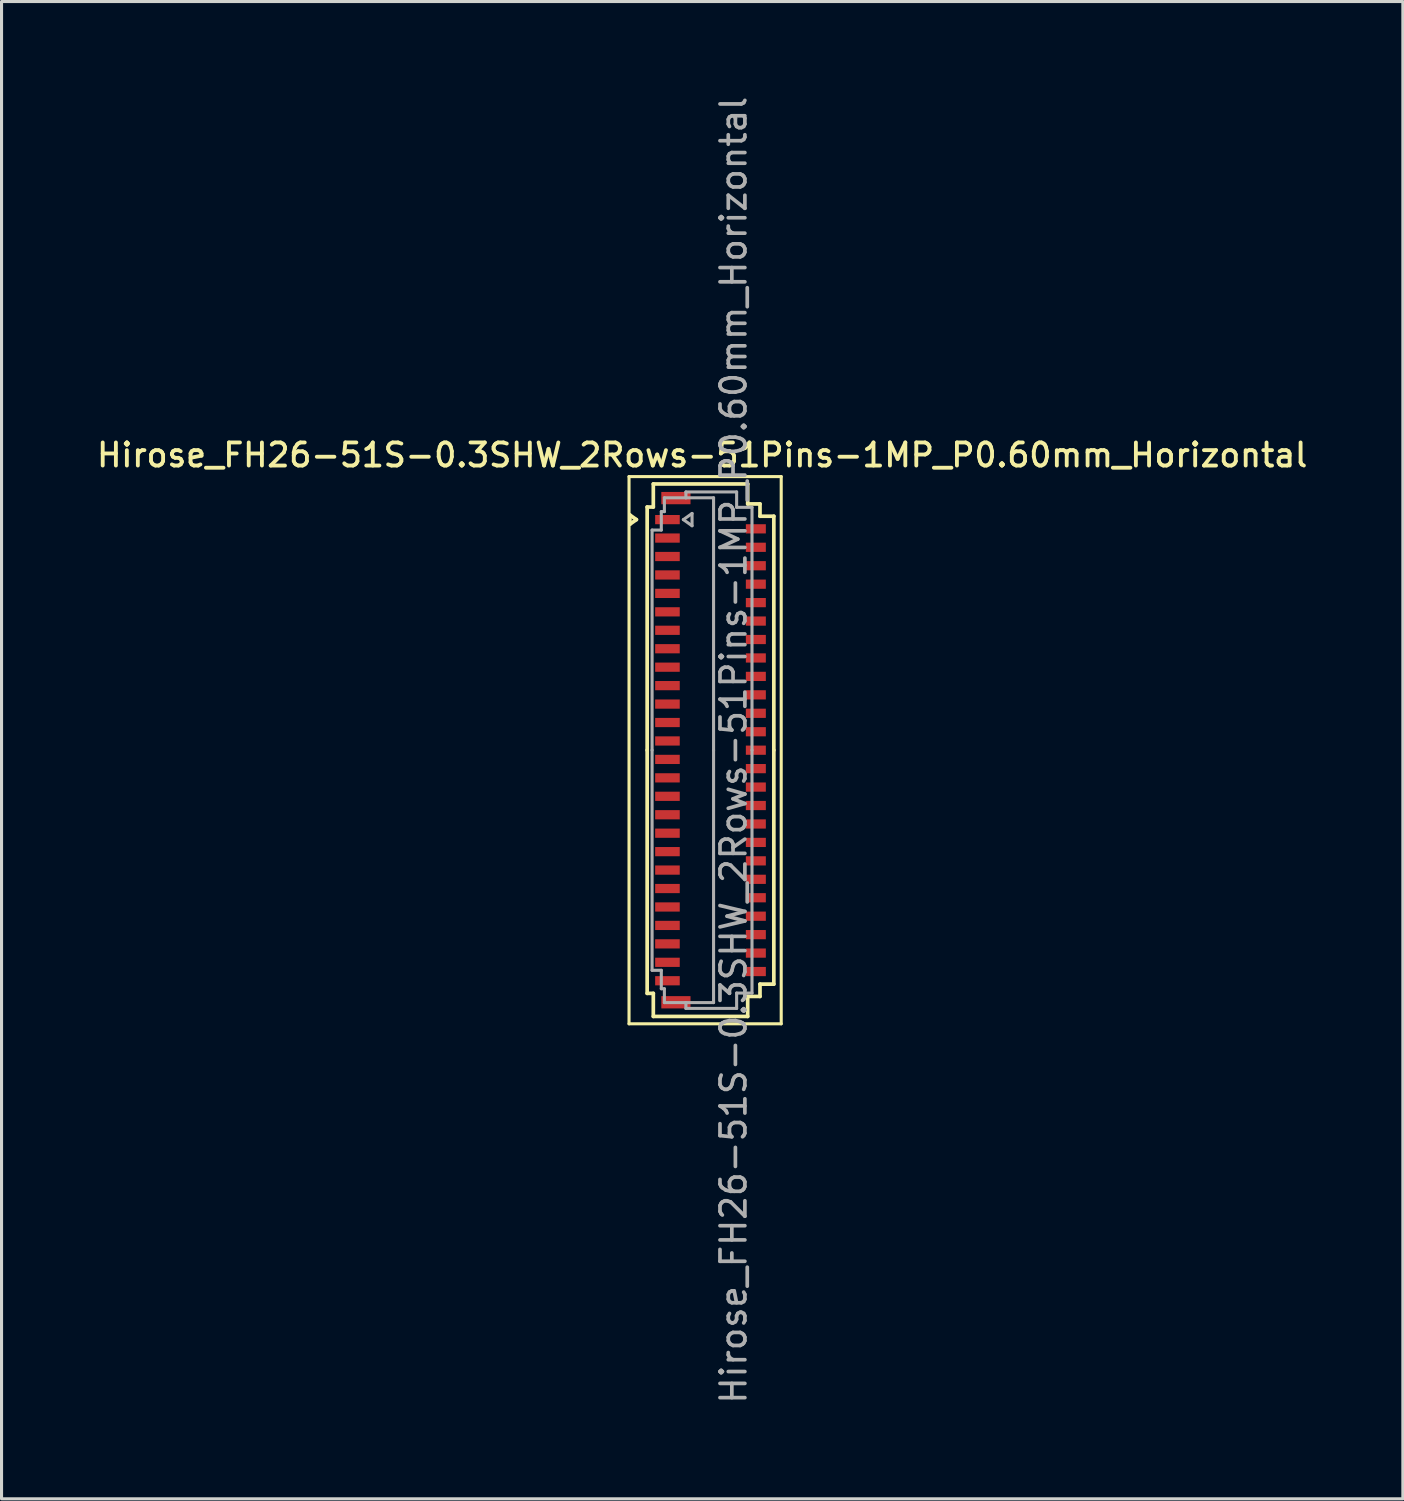
<source format=kicad_pcb>
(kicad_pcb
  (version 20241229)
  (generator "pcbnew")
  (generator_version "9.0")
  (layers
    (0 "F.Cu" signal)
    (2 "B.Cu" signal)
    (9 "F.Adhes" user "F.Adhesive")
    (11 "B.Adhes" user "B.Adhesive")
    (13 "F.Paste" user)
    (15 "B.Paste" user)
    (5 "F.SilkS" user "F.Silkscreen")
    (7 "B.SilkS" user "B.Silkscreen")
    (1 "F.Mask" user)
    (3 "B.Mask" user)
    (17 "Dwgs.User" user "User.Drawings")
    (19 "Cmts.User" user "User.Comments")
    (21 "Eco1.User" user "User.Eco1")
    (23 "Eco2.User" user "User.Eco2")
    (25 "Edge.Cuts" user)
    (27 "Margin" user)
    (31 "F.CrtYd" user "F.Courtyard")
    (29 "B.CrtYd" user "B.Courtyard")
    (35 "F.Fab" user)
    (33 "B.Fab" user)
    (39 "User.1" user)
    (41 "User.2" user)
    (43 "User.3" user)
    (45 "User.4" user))
  (footprint "Hirose_FH26-51S-0.3SHW_2Rows-51Pins-1MP_P0.60mm_Horizontal"
    (layer "F.Cu")
    (at 20.061 21.352)
    (property "Reference" "Hirose_FH26-51S-0.3SHW_2Rows-51Pins-1MP_P0.60mm_Horizontal" (at -0.27 -9.6 0) (layer "F.SilkS") (effects (font (size 0.75 0.75) (thickness 0.125))))
    (attr smd)
    (fp_line (start -2.65 -8.9) (end -2.65 8.9) (stroke (width 0.1) (type solid)) (layer "F.SilkS"))
    (fp_line (start -2.65 8.9) (end 2.3 8.9) (stroke (width 0.1) (type solid)) (layer "F.SilkS"))
    (fp_line (start -2.622 -7.65) (end -2.41 -7.5) (stroke (width 0.12) (type solid)) (layer "F.SilkS"))
    (fp_line (start -2.622 -7.35) (end -2.622 -7.65) (stroke (width 0.12) (type solid)) (layer "F.SilkS"))
    (fp_line (start -2.41 -7.5) (end -2.622 -7.35) (stroke (width 0.12) (type solid)) (layer "F.SilkS"))
    (fp_line (start -2.06 -7.91) (end -2.06 0) (stroke (width 0.12) (type solid)) (layer "F.SilkS"))
    (fp_line (start -2.06 7.91) (end -2.06 0) (stroke (width 0.12) (type solid)) (layer "F.SilkS"))
    (fp_line (start -1.86 -8.66) (end -1.86 -7.91) (stroke (width 0.12) (type solid)) (layer "F.SilkS"))
    (fp_line (start -1.86 -7.91) (end -2.06 -7.91) (stroke (width 0.12) (type solid)) (layer "F.SilkS"))
    (fp_line (start -1.86 7.91) (end -2.06 7.91) (stroke (width 0.12) (type solid)) (layer "F.SilkS"))
    (fp_line (start -1.86 8.66) (end -1.86 7.91) (stroke (width 0.12) (type solid)) (layer "F.SilkS"))
    (fp_line (start 1.21 -8.66) (end -1.86 -8.66) (stroke (width 0.12) (type solid)) (layer "F.SilkS"))
    (fp_line (start 1.21 -8.01) (end 1.21 -8.66) (stroke (width 0.12) (type solid)) (layer "F.SilkS"))
    (fp_line (start 1.21 8.01) (end 1.21 8.66) (stroke (width 0.12) (type solid)) (layer "F.SilkS"))
    (fp_line (start 1.21 8.66) (end -1.86 8.66) (stroke (width 0.12) (type solid)) (layer "F.SilkS"))
    (fp_line (start 1.61 -8.01) (end 1.21 -8.01) (stroke (width 0.12) (type solid)) (layer "F.SilkS"))
    (fp_line (start 1.61 -7.61) (end 1.61 -8.01) (stroke (width 0.12) (type solid)) (layer "F.SilkS"))
    (fp_line (start 1.61 7.61) (end 1.61 8.01) (stroke (width 0.12) (type solid)) (layer "F.SilkS"))
    (fp_line (start 1.61 8.01) (end 1.21 8.01) (stroke (width 0.12) (type solid)) (layer "F.SilkS"))
    (fp_line (start 2.06 -7.61) (end 1.61 -7.61) (stroke (width 0.12) (type solid)) (layer "F.SilkS"))
    (fp_line (start 2.06 0) (end 2.06 -7.61) (stroke (width 0.12) (type solid)) (layer "F.SilkS"))
    (fp_line (start 2.06 0) (end 2.06 7.61) (stroke (width 0.12) (type solid)) (layer "F.SilkS"))
    (fp_line (start 2.06 7.61) (end 1.61 7.61) (stroke (width 0.12) (type solid)) (layer "F.SilkS"))
    (fp_line (start 2.3 -8.9) (end -2.65 -8.9) (stroke (width 0.1) (type solid)) (layer "F.SilkS"))
    (fp_line (start 2.3 8.9) (end 2.3 -8.9) (stroke (width 0.1) (type solid)) (layer "F.SilkS"))
    (fp_line (start -1.9 -7.16) (end -1.6 -7.16) (stroke (width 0.1) (type solid)) (layer "F.Fab"))
    (fp_line (start -1.9 0) (end -1.9 -7.16) (stroke (width 0.1) (type solid)) (layer "F.Fab"))
    (fp_line (start -1.9 0) (end -1.9 7.16) (stroke (width 0.1) (type solid)) (layer "F.Fab"))
    (fp_line (start -1.9 7.16) (end -1.6 7.16) (stroke (width 0.1) (type solid)) (layer "F.Fab"))
    (fp_line (start -1.6 -7.76) (end -1.5 -7.76) (stroke (width 0.1) (type solid)) (layer "F.Fab"))
    (fp_line (start -1.6 -7.16) (end -1.6 -7.76) (stroke (width 0.1) (type solid)) (layer "F.Fab"))
    (fp_line (start -1.6 7.16) (end -1.6 7.76) (stroke (width 0.1) (type solid)) (layer "F.Fab"))
    (fp_line (start -1.6 7.76) (end -1.5 7.76) (stroke (width 0.1) (type solid)) (layer "F.Fab"))
    (fp_line (start -1.5 -8.21) (end -0.8 -8.21) (stroke (width 0.1) (type solid)) (layer "F.Fab"))
    (fp_line (start -1.5 -7.76) (end -1.5 -8.21) (stroke (width 0.1) (type solid)) (layer "F.Fab"))
    (fp_line (start -1.5 7.76) (end -1.5 8.21) (stroke (width 0.1) (type solid)) (layer "F.Fab"))
    (fp_line (start -1.5 8.21) (end -0.8 8.21) (stroke (width 0.1) (type solid)) (layer "F.Fab"))
    (fp_line (start -0.883 -7.5) (end -0.6 -7.3) (stroke (width 0.1) (type solid)) (layer "F.Fab"))
    (fp_line (start -0.8 -8.4) (end 0.85 -8.4) (stroke (width 0.1) (type solid)) (layer "F.Fab"))
    (fp_line (start -0.8 -8.21) (end -0.8 -8.4) (stroke (width 0.1) (type solid)) (layer "F.Fab"))
    (fp_line (start -0.8 8.21) (end -0.8 8.4) (stroke (width 0.1) (type solid)) (layer "F.Fab"))
    (fp_line (start -0.8 8.4) (end 0.85 8.4) (stroke (width 0.1) (type solid)) (layer "F.Fab"))
    (fp_line (start -0.6 -7.7) (end -0.883 -7.5) (stroke (width 0.1) (type solid)) (layer "F.Fab"))
    (fp_line (start -0.6 -7.3) (end -0.6 -7.7) (stroke (width 0.1) (type solid)) (layer "F.Fab"))
    (fp_line (start 0.1 -8.21) (end -0.8 -8.21) (stroke (width 0.1) (type solid)) (layer "F.Fab"))
    (fp_line (start 0.1 0) (end 0.1 -8.21) (stroke (width 0.1) (type solid)) (layer "F.Fab"))
    (fp_line (start 0.1 0) (end 0.1 8.21) (stroke (width 0.1) (type solid)) (layer "F.Fab"))
    (fp_line (start 0.1 8.21) (end -0.8 8.21) (stroke (width 0.1) (type solid)) (layer "F.Fab"))
    (fp_line (start 0.85 -8.4) (end 0.85 -7.9) (stroke (width 0.1) (type solid)) (layer "F.Fab"))
    (fp_line (start 0.85 -7.9) (end 1.35 -7.9) (stroke (width 0.1) (type solid)) (layer "F.Fab"))
    (fp_line (start 0.85 7.9) (end 1.35 7.9) (stroke (width 0.1) (type solid)) (layer "F.Fab"))
    (fp_line (start 0.85 8.4) (end 0.85 7.9) (stroke (width 0.1) (type solid)) (layer "F.Fab"))
    (fp_line (start 1.35 -7.9) (end 1.35 0) (stroke (width 0.1) (type solid)) (layer "F.Fab"))
    (fp_line (start 1.35 7.9) (end 1.35 0) (stroke (width 0.1) (type solid)) (layer "F.Fab"))
    (fp_text user "${REFERENCE}" (at 0.75 0 90) (layer "F.Fab") (effects (font (size 0.81 0.81) (thickness 0.12))))
    (pad "1" smd rect (at -1.4 -7.5) (size 0.8 0.3) (layers "F.Cu" "F.Mask" "F.Paste"))
    (pad "2" smd rect (at 1.475 -7.2) (size 0.65 0.3) (layers "F.Cu" "F.Mask" "F.Paste"))
    (pad "3" smd rect (at -1.4 -6.9) (size 0.8 0.3) (layers "F.Cu" "F.Mask" "F.Paste"))
    (pad "4" smd rect (at 1.475 -6.6) (size 0.65 0.3) (layers "F.Cu" "F.Mask" "F.Paste"))
    (pad "5" smd rect (at -1.4 -6.3) (size 0.8 0.3) (layers "F.Cu" "F.Mask" "F.Paste"))
    (pad "6" smd rect (at 1.475 -6) (size 0.65 0.3) (layers "F.Cu" "F.Mask" "F.Paste"))
    (pad "7" smd rect (at -1.4 -5.7) (size 0.8 0.3) (layers "F.Cu" "F.Mask" "F.Paste"))
    (pad "8" smd rect (at 1.475 -5.4) (size 0.65 0.3) (layers "F.Cu" "F.Mask" "F.Paste"))
    (pad "9" smd rect (at -1.4 -5.1) (size 0.8 0.3) (layers "F.Cu" "F.Mask" "F.Paste"))
    (pad "10" smd rect (at 1.475 -4.8) (size 0.65 0.3) (layers "F.Cu" "F.Mask" "F.Paste"))
    (pad "11" smd rect (at -1.4 -4.5) (size 0.8 0.3) (layers "F.Cu" "F.Mask" "F.Paste"))
    (pad "12" smd rect (at 1.475 -4.2) (size 0.65 0.3) (layers "F.Cu" "F.Mask" "F.Paste"))
    (pad "13" smd rect (at -1.4 -3.9) (size 0.8 0.3) (layers "F.Cu" "F.Mask" "F.Paste"))
    (pad "14" smd rect (at 1.475 -3.6) (size 0.65 0.3) (layers "F.Cu" "F.Mask" "F.Paste"))
    (pad "15" smd rect (at -1.4 -3.3) (size 0.8 0.3) (layers "F.Cu" "F.Mask" "F.Paste"))
    (pad "16" smd rect (at 1.475 -3) (size 0.65 0.3) (layers "F.Cu" "F.Mask" "F.Paste"))
    (pad "17" smd rect (at -1.4 -2.7) (size 0.8 0.3) (layers "F.Cu" "F.Mask" "F.Paste"))
    (pad "18" smd rect (at 1.475 -2.4) (size 0.65 0.3) (layers "F.Cu" "F.Mask" "F.Paste"))
    (pad "19" smd rect (at -1.4 -2.1) (size 0.8 0.3) (layers "F.Cu" "F.Mask" "F.Paste"))
    (pad "20" smd rect (at 1.475 -1.8) (size 0.65 0.3) (layers "F.Cu" "F.Mask" "F.Paste"))
    (pad "21" smd rect (at -1.4 -1.5) (size 0.8 0.3) (layers "F.Cu" "F.Mask" "F.Paste"))
    (pad "22" smd rect (at 1.475 -1.2) (size 0.65 0.3) (layers "F.Cu" "F.Mask" "F.Paste"))
    (pad "23" smd rect (at -1.4 -0.9) (size 0.8 0.3) (layers "F.Cu" "F.Mask" "F.Paste"))
    (pad "24" smd rect (at 1.475 -0.6) (size 0.65 0.3) (layers "F.Cu" "F.Mask" "F.Paste"))
    (pad "25" smd rect (at -1.4 -0.3) (size 0.8 0.3) (layers "F.Cu" "F.Mask" "F.Paste"))
    (pad "26" smd rect (at 1.475 0) (size 0.65 0.3) (layers "F.Cu" "F.Mask" "F.Paste"))
    (pad "27" smd rect (at -1.4 0.3) (size 0.8 0.3) (layers "F.Cu" "F.Mask" "F.Paste"))
    (pad "28" smd rect (at 1.475 0.6) (size 0.65 0.3) (layers "F.Cu" "F.Mask" "F.Paste"))
    (pad "29" smd rect (at -1.4 0.9) (size 0.8 0.3) (layers "F.Cu" "F.Mask" "F.Paste"))
    (pad "30" smd rect (at 1.475 1.2) (size 0.65 0.3) (layers "F.Cu" "F.Mask" "F.Paste"))
    (pad "31" smd rect (at -1.4 1.5) (size 0.8 0.3) (layers "F.Cu" "F.Mask" "F.Paste"))
    (pad "32" smd rect (at 1.475 1.8) (size 0.65 0.3) (layers "F.Cu" "F.Mask" "F.Paste"))
    (pad "33" smd rect (at -1.4 2.1) (size 0.8 0.3) (layers "F.Cu" "F.Mask" "F.Paste"))
    (pad "34" smd rect (at 1.475 2.4) (size 0.65 0.3) (layers "F.Cu" "F.Mask" "F.Paste"))
    (pad "35" smd rect (at -1.4 2.7) (size 0.8 0.3) (layers "F.Cu" "F.Mask" "F.Paste"))
    (pad "36" smd rect (at 1.475 3) (size 0.65 0.3) (layers "F.Cu" "F.Mask" "F.Paste"))
    (pad "37" smd rect (at -1.4 3.3) (size 0.8 0.3) (layers "F.Cu" "F.Mask" "F.Paste"))
    (pad "38" smd rect (at 1.475 3.6) (size 0.65 0.3) (layers "F.Cu" "F.Mask" "F.Paste"))
    (pad "39" smd rect (at -1.4 3.9) (size 0.8 0.3) (layers "F.Cu" "F.Mask" "F.Paste"))
    (pad "40" smd rect (at 1.475 4.2) (size 0.65 0.3) (layers "F.Cu" "F.Mask" "F.Paste"))
    (pad "41" smd rect (at -1.4 4.5) (size 0.8 0.3) (layers "F.Cu" "F.Mask" "F.Paste"))
    (pad "42" smd rect (at 1.475 4.8) (size 0.65 0.3) (layers "F.Cu" "F.Mask" "F.Paste"))
    (pad "43" smd rect (at -1.4 5.1) (size 0.8 0.3) (layers "F.Cu" "F.Mask" "F.Paste"))
    (pad "44" smd rect (at 1.475 5.4) (size 0.65 0.3) (layers "F.Cu" "F.Mask" "F.Paste"))
    (pad "45" smd rect (at -1.4 5.7) (size 0.8 0.3) (layers "F.Cu" "F.Mask" "F.Paste"))
    (pad "46" smd rect (at 1.475 6) (size 0.65 0.3) (layers "F.Cu" "F.Mask" "F.Paste"))
    (pad "47" smd rect (at -1.4 6.3) (size 0.8 0.3) (layers "F.Cu" "F.Mask" "F.Paste"))
    (pad "48" smd rect (at 1.475 6.6) (size 0.65 0.3) (layers "F.Cu" "F.Mask" "F.Paste"))
    (pad "49" smd rect (at -1.4 6.9) (size 0.8 0.3) (layers "F.Cu" "F.Mask" "F.Paste"))
    (pad "50" smd rect (at 1.475 7.2) (size 0.65 0.3) (layers "F.Cu" "F.Mask" "F.Paste"))
    (pad "51" smd rect (at -1.4 7.5) (size 0.8 0.3) (layers "F.Cu" "F.Mask" "F.Paste"))
    (pad "MP" smd rect (at -1.125 -8.2) (size 0.95 0.4) (layers "F.Cu" "F.Mask" "F.Paste"))
    (pad "MP" smd rect (at -1.125 8.2) (size 0.95 0.4) (layers "F.Cu" "F.Mask" "F.Paste")))
  (gr_rect
    (start -3 -3)
    (end 42.582 45.704)
    (stroke (width 0.1) (type default))
    (fill no)
    (layer "Edge.Cuts")))
</source>
